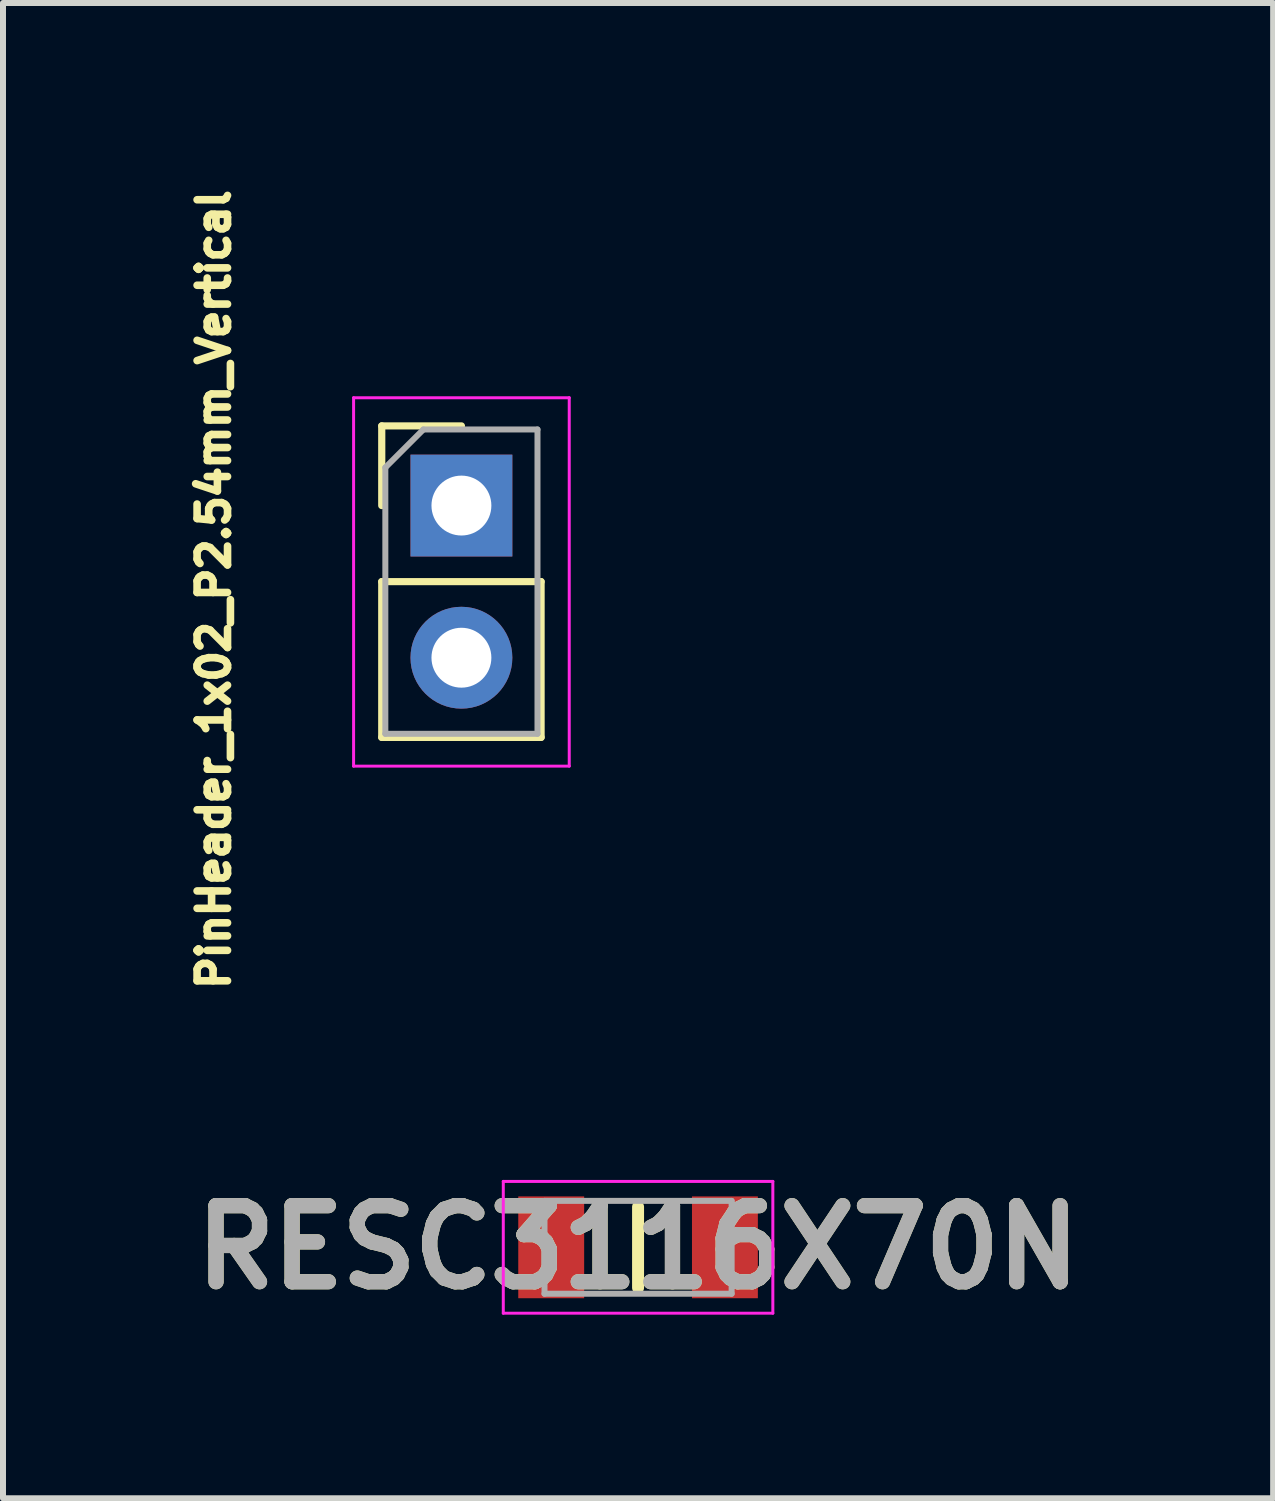
<source format=kicad_pcb>
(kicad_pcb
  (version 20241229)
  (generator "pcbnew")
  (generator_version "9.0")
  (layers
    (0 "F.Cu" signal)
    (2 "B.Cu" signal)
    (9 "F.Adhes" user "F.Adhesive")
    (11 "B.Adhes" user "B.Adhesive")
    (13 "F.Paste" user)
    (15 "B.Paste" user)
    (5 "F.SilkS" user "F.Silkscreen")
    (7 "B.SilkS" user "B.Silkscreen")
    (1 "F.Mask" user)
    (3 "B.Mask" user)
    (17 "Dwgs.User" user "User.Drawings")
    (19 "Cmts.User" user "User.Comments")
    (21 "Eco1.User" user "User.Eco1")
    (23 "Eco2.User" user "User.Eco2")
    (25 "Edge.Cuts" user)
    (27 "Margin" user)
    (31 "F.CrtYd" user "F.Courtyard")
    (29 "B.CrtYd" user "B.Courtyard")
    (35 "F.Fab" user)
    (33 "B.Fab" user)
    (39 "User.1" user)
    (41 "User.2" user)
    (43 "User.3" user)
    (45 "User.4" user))
  (footprint "PinHeader_1x02_P2.54mm_Vertical"
    (layer "F.Cu")
    (at 4.653 5.39)
    (property "Reference" "PinHeader_1x02_P2.54mm_Vertical" (at -4.133 1.402 270) (layer "F.SilkS") (effects (font (size 0.508 0.508) (thickness 0.127))))
    (attr through_hole)
    (fp_line (start -1.33 -1.33) (end 0 -1.33) (stroke (width 0.12) (type solid)) (layer "F.SilkS"))
    (fp_line (start -1.33 0) (end -1.33 -1.33) (stroke (width 0.12) (type solid)) (layer "F.SilkS"))
    (fp_line (start -1.33 1.27) (end -1.33 3.87) (stroke (width 0.12) (type solid)) (layer "F.SilkS"))
    (fp_line (start -1.33 1.27) (end 1.33 1.27) (stroke (width 0.12) (type solid)) (layer "F.SilkS"))
    (fp_line (start -1.33 3.87) (end 1.33 3.87) (stroke (width 0.12) (type solid)) (layer "F.SilkS"))
    (fp_line (start 1.33 1.27) (end 1.33 3.87) (stroke (width 0.12) (type solid)) (layer "F.SilkS"))
    (fp_line (start -1.8 -1.8) (end -1.8 4.35) (stroke (width 0.05) (type solid)) (layer "F.CrtYd"))
    (fp_line (start -1.8 4.35) (end 1.8 4.35) (stroke (width 0.05) (type solid)) (layer "F.CrtYd"))
    (fp_line (start 1.8 -1.8) (end -1.8 -1.8) (stroke (width 0.05) (type solid)) (layer "F.CrtYd"))
    (fp_line (start 1.8 4.35) (end 1.8 -1.8) (stroke (width 0.05) (type solid)) (layer "F.CrtYd"))
    (fp_line (start -1.27 -0.635) (end -0.635 -1.27) (stroke (width 0.1) (type solid)) (layer "F.Fab"))
    (fp_line (start -1.27 3.81) (end -1.27 -0.635) (stroke (width 0.1) (type solid)) (layer "F.Fab"))
    (fp_line (start -0.635 -1.27) (end 1.27 -1.27) (stroke (width 0.1) (type solid)) (layer "F.Fab"))
    (fp_line (start 1.27 -1.27) (end 1.27 3.81) (stroke (width 0.1) (type solid)) (layer "F.Fab"))
    (fp_line (start 1.27 3.81) (end -1.27 3.81) (stroke (width 0.1) (type solid)) (layer "F.Fab"))
    (pad "1" thru_hole rect (at 0 0) (size 1.7 1.7) (drill 1) (layers "*.Cu" "*.Mask"))
    (pad "2" thru_hole oval (at 0 2.54) (size 1.7 1.7) (drill 1) (layers "*.Cu" "*.Mask")))
  (footprint "RESC3116X70N"
    (layer "F.Cu")
    (at 7.602 17.773)
    (property "Reference" "RESC3116X70N" (at 0 0 0) (layer "F.SilkS") (effects (font (size 1.27 1.27) (thickness 0.254))))
    (attr smd)
    (fp_line (start 0 -0.675) (end 0 0.675) (stroke (width 0.2) (type solid)) (layer "F.SilkS"))
    (fp_line (start -2.25 -1.1) (end 2.25 -1.1) (stroke (width 0.05) (type solid)) (layer "F.CrtYd"))
    (fp_line (start -2.25 1.1) (end -2.25 -1.1) (stroke (width 0.05) (type solid)) (layer "F.CrtYd"))
    (fp_line (start 2.25 -1.1) (end 2.25 1.1) (stroke (width 0.05) (type solid)) (layer "F.CrtYd"))
    (fp_line (start 2.25 1.1) (end -2.25 1.1) (stroke (width 0.05) (type solid)) (layer "F.CrtYd"))
    (fp_line (start -1.562 -0.775) (end 1.562 -0.775) (stroke (width 0.1) (type solid)) (layer "F.Fab"))
    (fp_line (start -1.562 0.775) (end -1.562 -0.775) (stroke (width 0.1) (type solid)) (layer "F.Fab"))
    (fp_line (start 1.562 -0.775) (end 1.562 0.775) (stroke (width 0.1) (type solid)) (layer "F.Fab"))
    (fp_line (start 1.562 0.775) (end -1.562 0.775) (stroke (width 0.1) (type solid)) (layer "F.Fab"))
    (fp_text user "${REFERENCE}" (at 0 0 0) (layer "F.Fab") (effects (font (size 1.27 1.27) (thickness 0.254))))
    (pad "1" smd rect (at -1.45 0) (size 1.1 1.7) (layers "F.Cu" "F.Mask" "F.Paste"))
    (pad "2" smd rect (at 1.45 0) (size 1.1 1.7) (layers "F.Cu" "F.Mask" "F.Paste")))
  (gr_rect
    (start -3 -3)
    (end 18.204 21.962)
    (stroke (width 0.1) (type default))
    (fill no)
    (layer "Edge.Cuts")))
</source>
